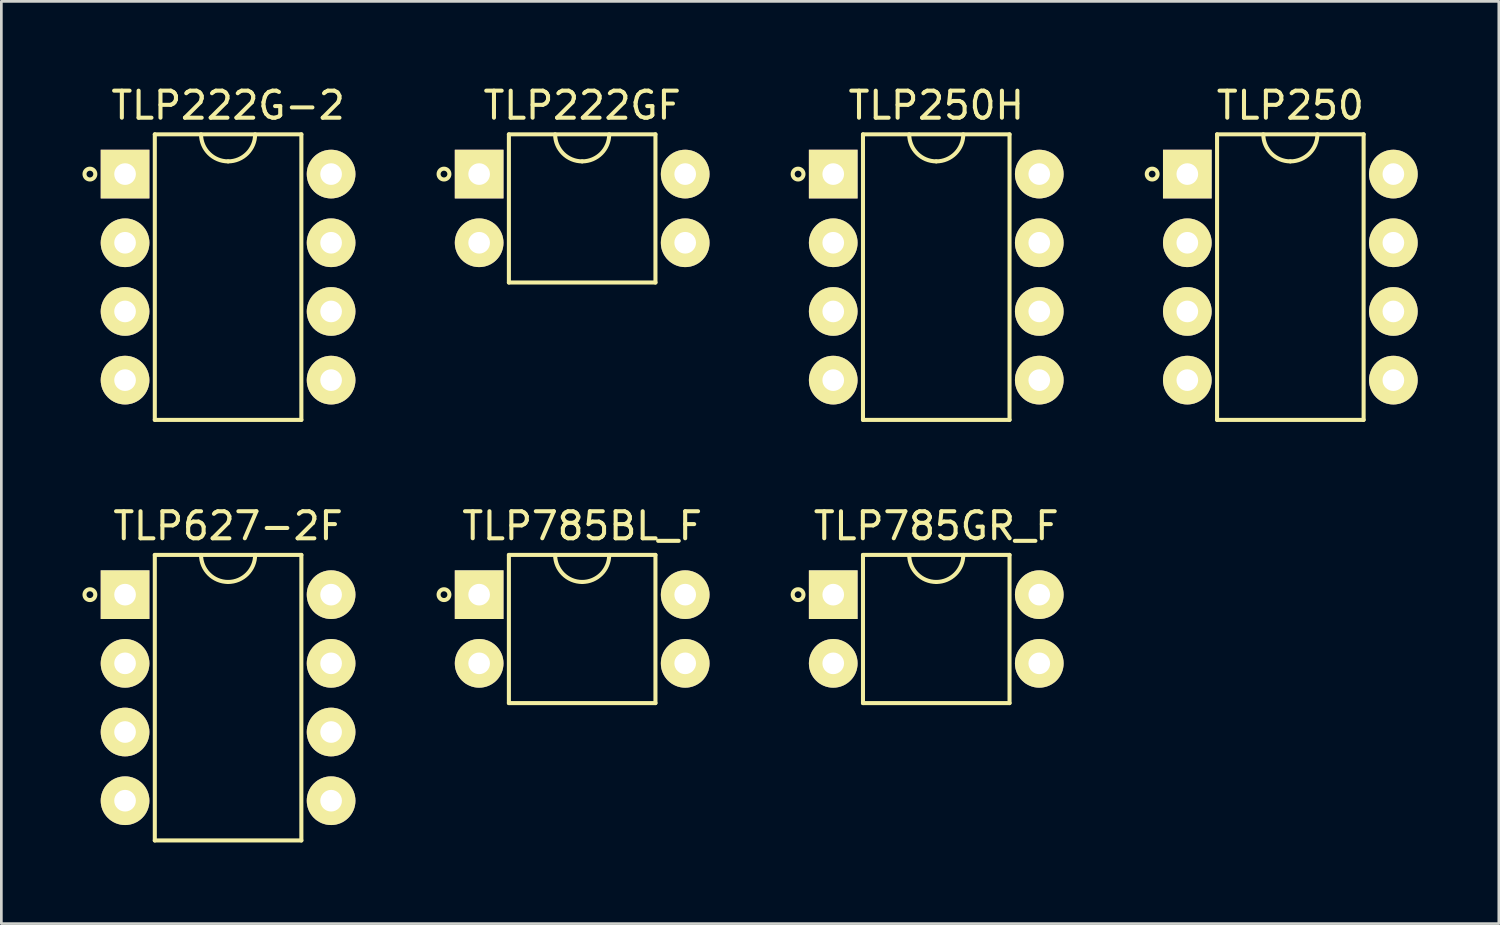
<source format=kicad_pcb>
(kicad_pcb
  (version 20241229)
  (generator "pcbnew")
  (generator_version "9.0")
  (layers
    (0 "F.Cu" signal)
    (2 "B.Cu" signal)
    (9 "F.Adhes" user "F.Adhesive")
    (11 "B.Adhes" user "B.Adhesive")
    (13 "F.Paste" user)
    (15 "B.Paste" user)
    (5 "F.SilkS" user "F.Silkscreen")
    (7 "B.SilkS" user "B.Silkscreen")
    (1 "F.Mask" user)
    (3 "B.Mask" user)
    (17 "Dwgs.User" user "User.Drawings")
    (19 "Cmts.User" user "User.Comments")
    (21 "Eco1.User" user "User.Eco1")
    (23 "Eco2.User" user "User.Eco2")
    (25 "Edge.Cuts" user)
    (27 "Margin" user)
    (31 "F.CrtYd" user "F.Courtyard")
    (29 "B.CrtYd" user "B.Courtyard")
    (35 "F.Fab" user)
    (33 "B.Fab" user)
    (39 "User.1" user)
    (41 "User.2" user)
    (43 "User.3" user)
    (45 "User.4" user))
  (footprint "TLP250H"
    (layer "F.Cu")
    (at 27.765 3.388)
    (property "Reference" "TLP250H" (at 3.81 -2.54 0) (layer "F.SilkS") (effects (font (size 1 1) (thickness 0.15))))
    (attr through_hole)
    (fp_line (start 1.1 -1.47) (end 6.52 -1.47) (stroke (width 0.15) (type solid)) (layer "F.SilkS"))
    (fp_line (start 1.1 9.09) (end 1.1 -1.47) (stroke (width 0.15) (type solid)) (layer "F.SilkS"))
    (fp_line (start 6.52 -1.47) (end 6.52 9.09) (stroke (width 0.15) (type solid)) (layer "F.SilkS"))
    (fp_line (start 6.52 9.09) (end 1.1 9.09) (stroke (width 0.15) (type solid)) (layer "F.SilkS"))
    (fp_arc (start 3.81 -0.47) (mid 3.102893 -0.762893) (end 2.81 -1.47) (stroke (width 0.15) (type solid)) (layer "F.SilkS"))
    (fp_arc (start 4.81 -1.47) (mid 4.517107 -0.762893) (end 3.81 -0.47) (stroke (width 0.15) (type solid)) (layer "F.SilkS"))
    (fp_circle (center -1.3 0) (end -1.3 0.2) (stroke (width 0.15) (type solid)) (fill no) (layer "F.SilkS"))
    (pad "1" thru_hole rect (at 0 0) (size 1.8 1.8) (drill 0.8) (layers "*.Cu" "*.Mask" "F.SilkS"))
    (pad "2" thru_hole circle (at 0 2.54) (size 1.8 1.8) (drill 0.8) (layers "*.Cu" "*.Mask" "F.SilkS"))
    (pad "3" thru_hole circle (at 0 5.08) (size 1.8 1.8) (drill 0.8) (layers "*.Cu" "*.Mask" "F.SilkS"))
    (pad "4" thru_hole circle (at 0 7.62) (size 1.8 1.8) (drill 0.8) (layers "*.Cu" "*.Mask" "F.SilkS"))
    (pad "5" thru_hole circle (at 7.62 7.62) (size 1.8 1.8) (drill 0.8) (layers "*.Cu" "*.Mask" "F.SilkS"))
    (pad "6" thru_hole circle (at 7.62 5.08) (size 1.8 1.8) (drill 0.8) (layers "*.Cu" "*.Mask" "F.SilkS"))
    (pad "7" thru_hole circle (at 7.62 2.54) (size 1.8 1.8) (drill 0.8) (layers "*.Cu" "*.Mask" "F.SilkS"))
    (pad "8" thru_hole circle (at 7.62 0) (size 1.8 1.8) (drill 0.8) (layers "*.Cu" "*.Mask" "F.SilkS")))
  (footprint "TLP785GR_F"
    (layer "F.Cu")
    (at 27.765 18.942)
    (property "Reference" "TLP785GR_F" (at 3.81 -2.54 0) (layer "F.SilkS") (effects (font (size 1 1) (thickness 0.15))))
    (attr through_hole)
    (fp_line (start 1.1 -1.47) (end 6.52 -1.47) (stroke (width 0.15) (type solid)) (layer "F.SilkS"))
    (fp_line (start 1.1 4.01) (end 1.1 -1.47) (stroke (width 0.15) (type solid)) (layer "F.SilkS"))
    (fp_line (start 6.52 -1.47) (end 6.52 4.01) (stroke (width 0.15) (type solid)) (layer "F.SilkS"))
    (fp_line (start 6.52 4.01) (end 1.1 4.01) (stroke (width 0.15) (type solid)) (layer "F.SilkS"))
    (fp_arc (start 3.81 -0.47) (mid 3.102893 -0.762893) (end 2.81 -1.47) (stroke (width 0.15) (type solid)) (layer "F.SilkS"))
    (fp_arc (start 4.81 -1.47) (mid 4.517107 -0.762893) (end 3.81 -0.47) (stroke (width 0.15) (type solid)) (layer "F.SilkS"))
    (fp_circle (center -1.3 0) (end -1.3 0.2) (stroke (width 0.15) (type solid)) (fill no) (layer "F.SilkS"))
    (pad "1" thru_hole rect (at 0 0) (size 1.8 1.8) (drill 0.8) (layers "*.Cu" "*.Mask" "F.SilkS"))
    (pad "2" thru_hole circle (at 0 2.54) (size 1.8 1.8) (drill 0.8) (layers "*.Cu" "*.Mask" "F.SilkS"))
    (pad "3" thru_hole circle (at 7.62 2.54) (size 1.8 1.8) (drill 0.8) (layers "*.Cu" "*.Mask" "F.SilkS"))
    (pad "4" thru_hole circle (at 7.62 0) (size 1.8 1.8) (drill 0.8) (layers "*.Cu" "*.Mask" "F.SilkS")))
  (footprint "TLP222G-2"
    (layer "F.Cu")
    (at 1.575 3.388)
    (property "Reference" "TLP222G-2" (at 3.81 -2.54 0) (layer "F.SilkS") (effects (font (size 1 1) (thickness 0.15))))
    (attr through_hole)
    (fp_line (start 1.1 -1.47) (end 6.52 -1.47) (stroke (width 0.15) (type solid)) (layer "F.SilkS"))
    (fp_line (start 1.1 9.09) (end 1.1 -1.47) (stroke (width 0.15) (type solid)) (layer "F.SilkS"))
    (fp_line (start 6.52 -1.47) (end 6.52 9.09) (stroke (width 0.15) (type solid)) (layer "F.SilkS"))
    (fp_line (start 6.52 9.09) (end 1.1 9.09) (stroke (width 0.15) (type solid)) (layer "F.SilkS"))
    (fp_arc (start 3.81 -0.47) (mid 3.102893 -0.762893) (end 2.81 -1.47) (stroke (width 0.15) (type solid)) (layer "F.SilkS"))
    (fp_arc (start 4.81 -1.47) (mid 4.517107 -0.762893) (end 3.81 -0.47) (stroke (width 0.15) (type solid)) (layer "F.SilkS"))
    (fp_circle (center -1.3 0) (end -1.3 0.2) (stroke (width 0.15) (type solid)) (fill no) (layer "F.SilkS"))
    (pad "1" thru_hole rect (at 0 0) (size 1.8 1.8) (drill 0.8) (layers "*.Cu" "*.Mask" "F.SilkS"))
    (pad "2" thru_hole circle (at 0 2.54) (size 1.8 1.8) (drill 0.8) (layers "*.Cu" "*.Mask" "F.SilkS"))
    (pad "3" thru_hole circle (at 0 5.08) (size 1.8 1.8) (drill 0.8) (layers "*.Cu" "*.Mask" "F.SilkS"))
    (pad "4" thru_hole circle (at 0 7.62) (size 1.8 1.8) (drill 0.8) (layers "*.Cu" "*.Mask" "F.SilkS"))
    (pad "5" thru_hole circle (at 7.62 7.62) (size 1.8 1.8) (drill 0.8) (layers "*.Cu" "*.Mask" "F.SilkS"))
    (pad "6" thru_hole circle (at 7.62 5.08) (size 1.8 1.8) (drill 0.8) (layers "*.Cu" "*.Mask" "F.SilkS"))
    (pad "7" thru_hole circle (at 7.62 2.54) (size 1.8 1.8) (drill 0.8) (layers "*.Cu" "*.Mask" "F.SilkS"))
    (pad "8" thru_hole circle (at 7.62 0) (size 1.8 1.8) (drill 0.8) (layers "*.Cu" "*.Mask" "F.SilkS")))
  (footprint "TLP250"
    (layer "F.Cu")
    (at 40.86 3.388)
    (property "Reference" "TLP250" (at 3.81 -2.54 0) (layer "F.SilkS") (effects (font (size 1 1) (thickness 0.15))))
    (attr through_hole)
    (fp_line (start 1.1 -1.47) (end 6.52 -1.47) (stroke (width 0.15) (type solid)) (layer "F.SilkS"))
    (fp_line (start 1.1 9.09) (end 1.1 -1.47) (stroke (width 0.15) (type solid)) (layer "F.SilkS"))
    (fp_line (start 6.52 -1.47) (end 6.52 9.09) (stroke (width 0.15) (type solid)) (layer "F.SilkS"))
    (fp_line (start 6.52 9.09) (end 1.1 9.09) (stroke (width 0.15) (type solid)) (layer "F.SilkS"))
    (fp_arc (start 3.81 -0.47) (mid 3.102893 -0.762893) (end 2.81 -1.47) (stroke (width 0.15) (type solid)) (layer "F.SilkS"))
    (fp_arc (start 4.81 -1.47) (mid 4.517107 -0.762893) (end 3.81 -0.47) (stroke (width 0.15) (type solid)) (layer "F.SilkS"))
    (fp_circle (center -1.3 0) (end -1.3 0.2) (stroke (width 0.15) (type solid)) (fill no) (layer "F.SilkS"))
    (pad "1" thru_hole rect (at 0 0) (size 1.8 1.8) (drill 0.8) (layers "*.Cu" "*.Mask" "F.SilkS"))
    (pad "2" thru_hole circle (at 0 2.54) (size 1.8 1.8) (drill 0.8) (layers "*.Cu" "*.Mask" "F.SilkS"))
    (pad "3" thru_hole circle (at 0 5.08) (size 1.8 1.8) (drill 0.8) (layers "*.Cu" "*.Mask" "F.SilkS"))
    (pad "4" thru_hole circle (at 0 7.62) (size 1.8 1.8) (drill 0.8) (layers "*.Cu" "*.Mask" "F.SilkS"))
    (pad "5" thru_hole circle (at 7.62 7.62) (size 1.8 1.8) (drill 0.8) (layers "*.Cu" "*.Mask" "F.SilkS"))
    (pad "6" thru_hole circle (at 7.62 5.08) (size 1.8 1.8) (drill 0.8) (layers "*.Cu" "*.Mask" "F.SilkS"))
    (pad "7" thru_hole circle (at 7.62 2.54) (size 1.8 1.8) (drill 0.8) (layers "*.Cu" "*.Mask" "F.SilkS"))
    (pad "8" thru_hole circle (at 7.62 0) (size 1.8 1.8) (drill 0.8) (layers "*.Cu" "*.Mask" "F.SilkS")))
  (footprint "TLP627-2F"
    (layer "F.Cu")
    (at 1.575 18.942)
    (property "Reference" "TLP627-2F" (at 3.81 -2.54 0) (layer "F.SilkS") (effects (font (size 1 1) (thickness 0.15))))
    (attr through_hole)
    (fp_line (start 1.1 -1.47) (end 6.52 -1.47) (stroke (width 0.15) (type solid)) (layer "F.SilkS"))
    (fp_line (start 1.1 9.09) (end 1.1 -1.47) (stroke (width 0.15) (type solid)) (layer "F.SilkS"))
    (fp_line (start 6.52 -1.47) (end 6.52 9.09) (stroke (width 0.15) (type solid)) (layer "F.SilkS"))
    (fp_line (start 6.52 9.09) (end 1.1 9.09) (stroke (width 0.15) (type solid)) (layer "F.SilkS"))
    (fp_arc (start 3.81 -0.47) (mid 3.102893 -0.762893) (end 2.81 -1.47) (stroke (width 0.15) (type solid)) (layer "F.SilkS"))
    (fp_arc (start 4.81 -1.47) (mid 4.517107 -0.762893) (end 3.81 -0.47) (stroke (width 0.15) (type solid)) (layer "F.SilkS"))
    (fp_circle (center -1.3 0) (end -1.3 0.2) (stroke (width 0.15) (type solid)) (fill no) (layer "F.SilkS"))
    (pad "1" thru_hole rect (at 0 0) (size 1.8 1.8) (drill 0.8) (layers "*.Cu" "*.Mask" "F.SilkS"))
    (pad "2" thru_hole circle (at 0 2.54) (size 1.8 1.8) (drill 0.8) (layers "*.Cu" "*.Mask" "F.SilkS"))
    (pad "3" thru_hole circle (at 0 5.08) (size 1.8 1.8) (drill 0.8) (layers "*.Cu" "*.Mask" "F.SilkS"))
    (pad "4" thru_hole circle (at 0 7.62) (size 1.8 1.8) (drill 0.8) (layers "*.Cu" "*.Mask" "F.SilkS"))
    (pad "5" thru_hole circle (at 7.62 7.62) (size 1.8 1.8) (drill 0.8) (layers "*.Cu" "*.Mask" "F.SilkS"))
    (pad "6" thru_hole circle (at 7.62 5.08) (size 1.8 1.8) (drill 0.8) (layers "*.Cu" "*.Mask" "F.SilkS"))
    (pad "7" thru_hole circle (at 7.62 2.54) (size 1.8 1.8) (drill 0.8) (layers "*.Cu" "*.Mask" "F.SilkS"))
    (pad "8" thru_hole circle (at 7.62 0) (size 1.8 1.8) (drill 0.8) (layers "*.Cu" "*.Mask" "F.SilkS")))
  (footprint "TLP785BL_F"
    (layer "F.Cu")
    (at 14.67 18.942)
    (property "Reference" "TLP785BL_F" (at 3.81 -2.54 0) (layer "F.SilkS") (effects (font (size 1 1) (thickness 0.15))))
    (attr through_hole)
    (fp_line (start 1.1 -1.47) (end 6.52 -1.47) (stroke (width 0.15) (type solid)) (layer "F.SilkS"))
    (fp_line (start 1.1 4.01) (end 1.1 -1.47) (stroke (width 0.15) (type solid)) (layer "F.SilkS"))
    (fp_line (start 6.52 -1.47) (end 6.52 4.01) (stroke (width 0.15) (type solid)) (layer "F.SilkS"))
    (fp_line (start 6.52 4.01) (end 1.1 4.01) (stroke (width 0.15) (type solid)) (layer "F.SilkS"))
    (fp_arc (start 3.81 -0.47) (mid 3.102893 -0.762893) (end 2.81 -1.47) (stroke (width 0.15) (type solid)) (layer "F.SilkS"))
    (fp_arc (start 4.81 -1.47) (mid 4.517107 -0.762893) (end 3.81 -0.47) (stroke (width 0.15) (type solid)) (layer "F.SilkS"))
    (fp_circle (center -1.3 0) (end -1.3 0.2) (stroke (width 0.15) (type solid)) (fill no) (layer "F.SilkS"))
    (pad "1" thru_hole rect (at 0 0) (size 1.8 1.8) (drill 0.8) (layers "*.Cu" "*.Mask" "F.SilkS"))
    (pad "2" thru_hole circle (at 0 2.54) (size 1.8 1.8) (drill 0.8) (layers "*.Cu" "*.Mask" "F.SilkS"))
    (pad "3" thru_hole circle (at 7.62 2.54) (size 1.8 1.8) (drill 0.8) (layers "*.Cu" "*.Mask" "F.SilkS"))
    (pad "4" thru_hole circle (at 7.62 0) (size 1.8 1.8) (drill 0.8) (layers "*.Cu" "*.Mask" "F.SilkS")))
  (footprint "TLP222GF"
    (layer "F.Cu")
    (at 14.67 3.388)
    (property "Reference" "TLP222GF" (at 3.81 -2.54 0) (layer "F.SilkS") (effects (font (size 1 1) (thickness 0.15))))
    (attr through_hole)
    (fp_line (start 1.1 -1.47) (end 6.52 -1.47) (stroke (width 0.15) (type solid)) (layer "F.SilkS"))
    (fp_line (start 1.1 4.01) (end 1.1 -1.47) (stroke (width 0.15) (type solid)) (layer "F.SilkS"))
    (fp_line (start 6.52 -1.47) (end 6.52 4.01) (stroke (width 0.15) (type solid)) (layer "F.SilkS"))
    (fp_line (start 6.52 4.01) (end 1.1 4.01) (stroke (width 0.15) (type solid)) (layer "F.SilkS"))
    (fp_arc (start 3.81 -0.47) (mid 3.102893 -0.762893) (end 2.81 -1.47) (stroke (width 0.15) (type solid)) (layer "F.SilkS"))
    (fp_arc (start 4.81 -1.47) (mid 4.517107 -0.762893) (end 3.81 -0.47) (stroke (width 0.15) (type solid)) (layer "F.SilkS"))
    (fp_circle (center -1.3 0) (end -1.3 0.2) (stroke (width 0.15) (type solid)) (fill no) (layer "F.SilkS"))
    (pad "1" thru_hole rect (at 0 0) (size 1.8 1.8) (drill 0.8) (layers "*.Cu" "*.Mask" "F.SilkS"))
    (pad "2" thru_hole circle (at 0 2.54) (size 1.8 1.8) (drill 0.8) (layers "*.Cu" "*.Mask" "F.SilkS"))
    (pad "3" thru_hole circle (at 7.62 2.54) (size 1.8 1.8) (drill 0.8) (layers "*.Cu" "*.Mask" "F.SilkS"))
    (pad "4" thru_hole circle (at 7.62 0) (size 1.8 1.8) (drill 0.8) (layers "*.Cu" "*.Mask" "F.SilkS")))
  (gr_rect
    (start -3 -3)
    (end 52.38 31.107)
    (stroke (width 0.1) (type default))
    (fill no)
    (layer "Edge.Cuts")))
</source>
